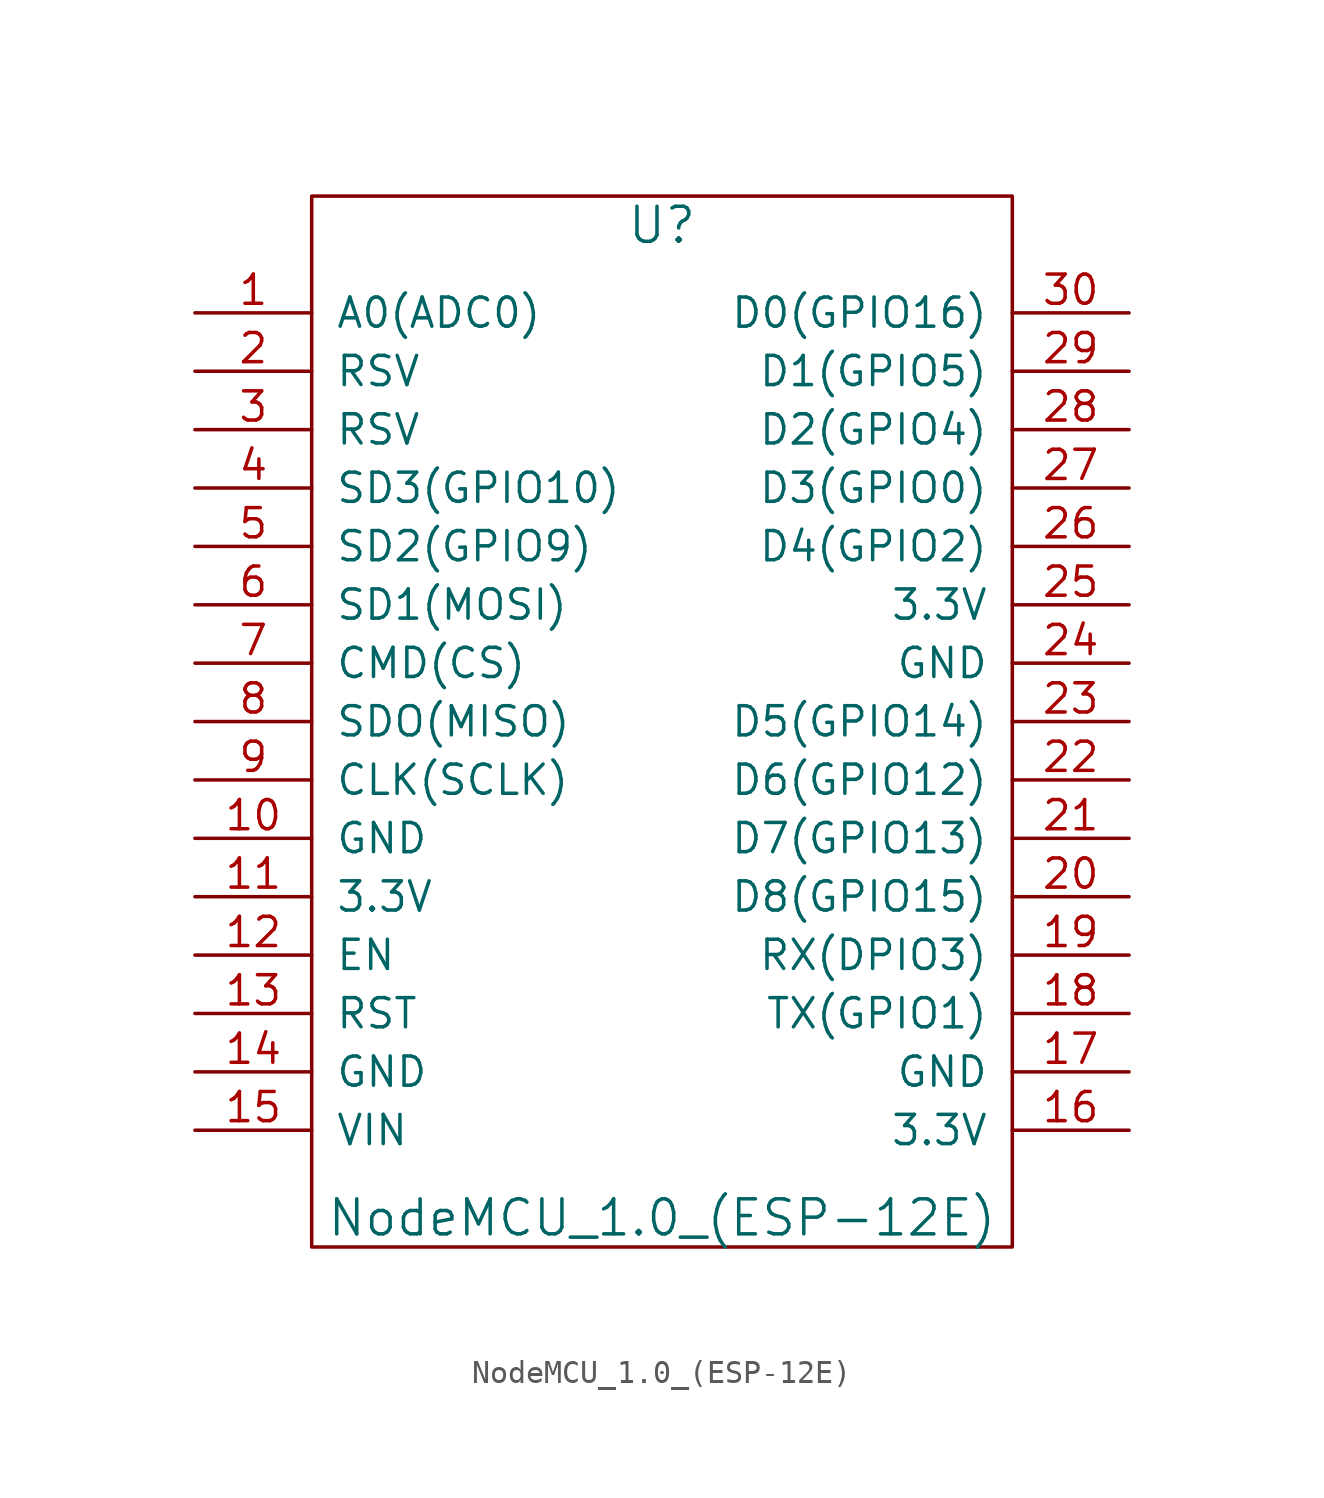
<source format=kicad_sym>
(kicad_symbol_lib
  (version 20201005)
  (generator kicad_symbol_editor)
  (symbol "NodeMCU_1.0_(ESP-12E)"
    (pin_names
      (offset 1.016))
    (property "Reference" "U"
      (at 0 21.59 0)
      (effects (font (size 1.524 1.524))))
    (property "Value" "NodeMCU_1.0_(ESP-12E)"
      (at 0 -21.59 0)
      (effects (font (size 1.524 1.524))))
    (property "Footprint" ""
      (at -15.24 -21.59 0)
      (effects (font (size 1.524 1.524))))
    (property "Datasheet" ""
      (at -15.24 -21.59 0)
      (effects (font (size 1.524 1.524))))
    (symbol "NodeMCU_1.0_(ESP-12E)_0_1"
      (rectangle (start -15.24 -22.86) (end 15.24 22.86) (stroke (width 0)) (fill (type none))))
    (symbol "NodeMCU_1.0_(ESP-12E)_1_1"
      (pin input line (at -20.32 17.78 0) (length 5.08) (name "A0(ADC0)" (effects (font (size 1.27 1.27)))) (number "1" (effects (font (size 1.27 1.27)))))
      (pin input line (at -20.32 15.24 0) (length 5.08) (name "RSV" (effects (font (size 1.27 1.27)))) (number "2" (effects (font (size 1.27 1.27)))))
      (pin input line (at -20.32 12.7 0) (length 5.08) (name "RSV" (effects (font (size 1.27 1.27)))) (number "3" (effects (font (size 1.27 1.27)))))
      (pin bidirectional line (at -20.32 10.16 0) (length 5.08) (name "SD3(GPIO10)" (effects (font (size 1.27 1.27)))) (number "4" (effects (font (size 1.27 1.27)))))
      (pin bidirectional line (at -20.32 7.62 0) (length 5.08) (name "SD2(GPIO9)" (effects (font (size 1.27 1.27)))) (number "5" (effects (font (size 1.27 1.27)))))
      (pin bidirectional line (at -20.32 5.08 0) (length 5.08) (name "SD1(MOSI)" (effects (font (size 1.27 1.27)))) (number "6" (effects (font (size 1.27 1.27)))))
      (pin bidirectional line (at -20.32 2.54 0) (length 5.08) (name "CMD(CS)" (effects (font (size 1.27 1.27)))) (number "7" (effects (font (size 1.27 1.27)))))
      (pin bidirectional line (at -20.32 0 0) (length 5.08) (name "SDO(MISO)" (effects (font (size 1.27 1.27)))) (number "8" (effects (font (size 1.27 1.27)))))
      (pin bidirectional line (at -20.32 -2.54 0) (length 5.08) (name "CLK(SCLK)" (effects (font (size 1.27 1.27)))) (number "9" (effects (font (size 1.27 1.27)))))
      (pin input line (at -20.32 -5.08 0) (length 5.08) (name "GND" (effects (font (size 1.27 1.27)))) (number "10" (effects (font (size 1.27 1.27)))))
      (pin bidirectional line (at 20.32 -7.62 180) (length 5.08) (name "D8(GPIO15)" (effects (font (size 1.27 1.27)))) (number "20" (effects (font (size 1.27 1.27)))))
      (pin bidirectional line (at 20.32 17.78 180) (length 5.08) (name "D0(GPIO16)" (effects (font (size 1.27 1.27)))) (number "30" (effects (font (size 1.27 1.27)))))
      (pin power_out line (at -20.32 -7.62 0) (length 5.08) (name "3.3V" (effects (font (size 1.27 1.27)))) (number "11" (effects (font (size 1.27 1.27)))))
      (pin bidirectional line (at 20.32 -5.08 180) (length 5.08) (name "D7(GPIO13)" (effects (font (size 1.27 1.27)))) (number "21" (effects (font (size 1.27 1.27)))))
      (pin input line (at -20.32 -10.16 0) (length 5.08) (name "EN" (effects (font (size 1.27 1.27)))) (number "12" (effects (font (size 1.27 1.27)))))
      (pin bidirectional line (at 20.32 -2.54 180) (length 5.08) (name "D6(GPIO12)" (effects (font (size 1.27 1.27)))) (number "22" (effects (font (size 1.27 1.27)))))
      (pin input line (at -20.32 -12.7 0) (length 5.08) (name "RST" (effects (font (size 1.27 1.27)))) (number "13" (effects (font (size 1.27 1.27)))))
      (pin bidirectional line (at 20.32 0 180) (length 5.08) (name "D5(GPIO14)" (effects (font (size 1.27 1.27)))) (number "23" (effects (font (size 1.27 1.27)))))
      (pin power_in line (at -20.32 -15.24 0) (length 5.08) (name "GND" (effects (font (size 1.27 1.27)))) (number "14" (effects (font (size 1.27 1.27)))))
      (pin power_in line (at 20.32 2.54 180) (length 5.08) (name "GND" (effects (font (size 1.27 1.27)))) (number "24" (effects (font (size 1.27 1.27)))))
      (pin power_in line (at -20.32 -17.78 0) (length 5.08) (name "VIN" (effects (font (size 1.27 1.27)))) (number "15" (effects (font (size 1.27 1.27)))))
      (pin power_out line (at 20.32 5.08 180) (length 5.08) (name "3.3V" (effects (font (size 1.27 1.27)))) (number "25" (effects (font (size 1.27 1.27)))))
      (pin power_out line (at 20.32 -17.78 180) (length 5.08) (name "3.3V" (effects (font (size 1.27 1.27)))) (number "16" (effects (font (size 1.27 1.27)))))
      (pin bidirectional line (at 20.32 7.62 180) (length 5.08) (name "D4(GPIO2)" (effects (font (size 1.27 1.27)))) (number "26" (effects (font (size 1.27 1.27)))))
      (pin power_in line (at 20.32 -15.24 180) (length 5.08) (name "GND" (effects (font (size 1.27 1.27)))) (number "17" (effects (font (size 1.27 1.27)))))
      (pin bidirectional line (at 20.32 10.16 180) (length 5.08) (name "D3(GPIO0)" (effects (font (size 1.27 1.27)))) (number "27" (effects (font (size 1.27 1.27)))))
      (pin bidirectional line (at 20.32 -12.7 180) (length 5.08) (name "TX(GPIO1)" (effects (font (size 1.27 1.27)))) (number "18" (effects (font (size 1.27 1.27)))))
      (pin bidirectional line (at 20.32 12.7 180) (length 5.08) (name "D2(GPIO4)" (effects (font (size 1.27 1.27)))) (number "28" (effects (font (size 1.27 1.27)))))
      (pin bidirectional line (at 20.32 -10.16 180) (length 5.08) (name "RX(DPIO3)" (effects (font (size 1.27 1.27)))) (number "19" (effects (font (size 1.27 1.27)))))
      (pin bidirectional line (at 20.32 15.24 180) (length 5.08) (name "D1(GPIO5)" (effects (font (size 1.27 1.27)))) (number "29" (effects (font (size 1.27 1.27))))))))
</source>
